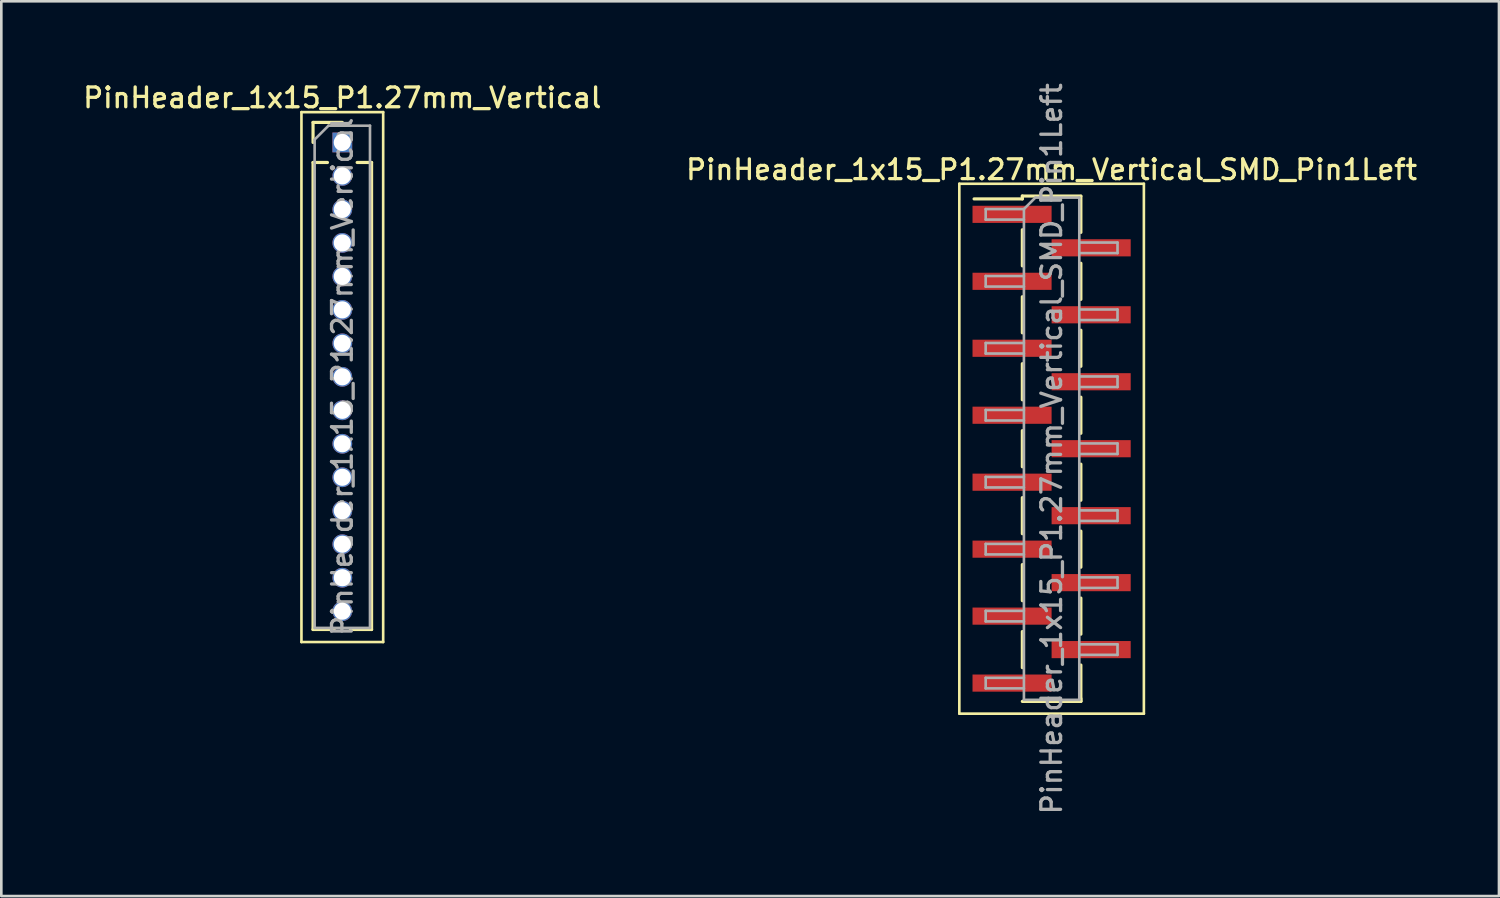
<source format=kicad_pcb>
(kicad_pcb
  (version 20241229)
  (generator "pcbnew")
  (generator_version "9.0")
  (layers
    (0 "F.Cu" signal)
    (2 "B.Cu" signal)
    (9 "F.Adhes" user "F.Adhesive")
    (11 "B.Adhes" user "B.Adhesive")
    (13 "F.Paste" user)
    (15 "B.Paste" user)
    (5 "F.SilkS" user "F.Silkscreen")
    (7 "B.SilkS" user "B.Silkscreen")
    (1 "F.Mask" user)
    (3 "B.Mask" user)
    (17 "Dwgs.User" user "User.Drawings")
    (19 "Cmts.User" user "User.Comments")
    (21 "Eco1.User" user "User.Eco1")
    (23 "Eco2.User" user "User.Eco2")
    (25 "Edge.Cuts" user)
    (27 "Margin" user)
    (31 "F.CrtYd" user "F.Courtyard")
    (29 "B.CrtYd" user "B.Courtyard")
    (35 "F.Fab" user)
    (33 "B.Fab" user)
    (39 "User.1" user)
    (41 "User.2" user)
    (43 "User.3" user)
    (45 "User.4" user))
  (footprint "PinHeader_1x15_P1.27mm_Vertical_SMD_Pin1Left"
    (layer "F.Cu")
    (at 36.838 13.97)
    (property "Reference" "PinHeader_1x15_P1.27mm_Vertical_SMD_Pin1Left" (at 0 -10.585 0) (layer "F.SilkS") (effects (font (size 0.75 0.75) (thickness 0.125))))
    (attr smd)
    (fp_line (start -3.5 -10.05) (end -3.5 10.05) (stroke (width 0.1) (type solid)) (layer "F.SilkS"))
    (fp_line (start -3.5 10.05) (end 3.5 10.05) (stroke (width 0.1) (type solid)) (layer "F.SilkS"))
    (fp_line (start -1.11 -9.585) (end -1.11 -9.475) (stroke (width 0.12) (type solid)) (layer "F.SilkS"))
    (fp_line (start -1.11 -9.585) (end 1.11 -9.585) (stroke (width 0.12) (type solid)) (layer "F.SilkS"))
    (fp_line (start -1.11 -9.475) (end -2.94 -9.475) (stroke (width 0.12) (type solid)) (layer "F.SilkS"))
    (fp_line (start -1.11 -8.305) (end -1.11 -6.935) (stroke (width 0.12) (type solid)) (layer "F.SilkS"))
    (fp_line (start -1.11 -5.765) (end -1.11 -4.395) (stroke (width 0.12) (type solid)) (layer "F.SilkS"))
    (fp_line (start -1.11 -3.225) (end -1.11 -1.855) (stroke (width 0.12) (type solid)) (layer "F.SilkS"))
    (fp_line (start -1.11 -0.685) (end -1.11 0.685) (stroke (width 0.12) (type solid)) (layer "F.SilkS"))
    (fp_line (start -1.11 1.855) (end -1.11 3.225) (stroke (width 0.12) (type solid)) (layer "F.SilkS"))
    (fp_line (start -1.11 4.395) (end -1.11 5.765) (stroke (width 0.12) (type solid)) (layer "F.SilkS"))
    (fp_line (start -1.11 6.935) (end -1.11 8.305) (stroke (width 0.12) (type solid)) (layer "F.SilkS"))
    (fp_line (start -1.11 9.585) (end 1.11 9.585) (stroke (width 0.12) (type solid)) (layer "F.SilkS"))
    (fp_line (start 1.11 -9.575) (end 1.11 -8.205) (stroke (width 0.12) (type solid)) (layer "F.SilkS"))
    (fp_line (start 1.11 -7.035) (end 1.11 -5.665) (stroke (width 0.12) (type solid)) (layer "F.SilkS"))
    (fp_line (start 1.11 -4.495) (end 1.11 -3.125) (stroke (width 0.12) (type solid)) (layer "F.SilkS"))
    (fp_line (start 1.11 -1.955) (end 1.11 -0.585) (stroke (width 0.12) (type solid)) (layer "F.SilkS"))
    (fp_line (start 1.11 0.585) (end 1.11 1.955) (stroke (width 0.12) (type solid)) (layer "F.SilkS"))
    (fp_line (start 1.11 3.125) (end 1.11 4.495) (stroke (width 0.12) (type solid)) (layer "F.SilkS"))
    (fp_line (start 1.11 5.665) (end 1.11 7.035) (stroke (width 0.12) (type solid)) (layer "F.SilkS"))
    (fp_line (start 1.11 8.205) (end 1.11 9.575) (stroke (width 0.12) (type solid)) (layer "F.SilkS"))
    (fp_line (start 1.11 9.475) (end 1.11 9.585) (stroke (width 0.12) (type solid)) (layer "F.SilkS"))
    (fp_line (start 3.5 -10.05) (end -3.5 -10.05) (stroke (width 0.1) (type solid)) (layer "F.SilkS"))
    (fp_line (start 3.5 10.05) (end 3.5 -10.05) (stroke (width 0.1) (type solid)) (layer "F.SilkS"))
    (fp_line (start -2.5 -9.09) (end -2.5 -8.69) (stroke (width 0.1) (type solid)) (layer "F.Fab"))
    (fp_line (start -2.5 -8.69) (end -1.05 -8.69) (stroke (width 0.1) (type solid)) (layer "F.Fab"))
    (fp_line (start -2.5 -6.55) (end -2.5 -6.15) (stroke (width 0.1) (type solid)) (layer "F.Fab"))
    (fp_line (start -2.5 -6.15) (end -1.05 -6.15) (stroke (width 0.1) (type solid)) (layer "F.Fab"))
    (fp_line (start -2.5 -4.01) (end -2.5 -3.61) (stroke (width 0.1) (type solid)) (layer "F.Fab"))
    (fp_line (start -2.5 -3.61) (end -1.05 -3.61) (stroke (width 0.1) (type solid)) (layer "F.Fab"))
    (fp_line (start -2.5 -1.47) (end -2.5 -1.07) (stroke (width 0.1) (type solid)) (layer "F.Fab"))
    (fp_line (start -2.5 -1.07) (end -1.05 -1.07) (stroke (width 0.1) (type solid)) (layer "F.Fab"))
    (fp_line (start -2.5 1.07) (end -2.5 1.47) (stroke (width 0.1) (type solid)) (layer "F.Fab"))
    (fp_line (start -2.5 1.47) (end -1.05 1.47) (stroke (width 0.1) (type solid)) (layer "F.Fab"))
    (fp_line (start -2.5 3.61) (end -2.5 4.01) (stroke (width 0.1) (type solid)) (layer "F.Fab"))
    (fp_line (start -2.5 4.01) (end -1.05 4.01) (stroke (width 0.1) (type solid)) (layer "F.Fab"))
    (fp_line (start -2.5 6.15) (end -2.5 6.55) (stroke (width 0.1) (type solid)) (layer "F.Fab"))
    (fp_line (start -2.5 6.55) (end -1.05 6.55) (stroke (width 0.1) (type solid)) (layer "F.Fab"))
    (fp_line (start -2.5 8.69) (end -2.5 9.09) (stroke (width 0.1) (type solid)) (layer "F.Fab"))
    (fp_line (start -2.5 9.09) (end -1.05 9.09) (stroke (width 0.1) (type solid)) (layer "F.Fab"))
    (fp_line (start -1.05 -9.09) (end -2.5 -9.09) (stroke (width 0.1) (type solid)) (layer "F.Fab"))
    (fp_line (start -1.05 -9.09) (end -0.615 -9.525) (stroke (width 0.1) (type solid)) (layer "F.Fab"))
    (fp_line (start -1.05 -6.55) (end -2.5 -6.55) (stroke (width 0.1) (type solid)) (layer "F.Fab"))
    (fp_line (start -1.05 -4.01) (end -2.5 -4.01) (stroke (width 0.1) (type solid)) (layer "F.Fab"))
    (fp_line (start -1.05 -1.47) (end -2.5 -1.47) (stroke (width 0.1) (type solid)) (layer "F.Fab"))
    (fp_line (start -1.05 1.07) (end -2.5 1.07) (stroke (width 0.1) (type solid)) (layer "F.Fab"))
    (fp_line (start -1.05 3.61) (end -2.5 3.61) (stroke (width 0.1) (type solid)) (layer "F.Fab"))
    (fp_line (start -1.05 6.15) (end -2.5 6.15) (stroke (width 0.1) (type solid)) (layer "F.Fab"))
    (fp_line (start -1.05 8.69) (end -2.5 8.69) (stroke (width 0.1) (type solid)) (layer "F.Fab"))
    (fp_line (start -1.05 9.525) (end -1.05 -9.09) (stroke (width 0.1) (type solid)) (layer "F.Fab"))
    (fp_line (start -0.615 -9.525) (end 1.05 -9.525) (stroke (width 0.1) (type solid)) (layer "F.Fab"))
    (fp_line (start 1.05 -9.525) (end 1.05 9.525) (stroke (width 0.1) (type solid)) (layer "F.Fab"))
    (fp_line (start 1.05 -7.82) (end 2.5 -7.82) (stroke (width 0.1) (type solid)) (layer "F.Fab"))
    (fp_line (start 1.05 -5.28) (end 2.5 -5.28) (stroke (width 0.1) (type solid)) (layer "F.Fab"))
    (fp_line (start 1.05 -2.74) (end 2.5 -2.74) (stroke (width 0.1) (type solid)) (layer "F.Fab"))
    (fp_line (start 1.05 -0.2) (end 2.5 -0.2) (stroke (width 0.1) (type solid)) (layer "F.Fab"))
    (fp_line (start 1.05 2.34) (end 2.5 2.34) (stroke (width 0.1) (type solid)) (layer "F.Fab"))
    (fp_line (start 1.05 4.88) (end 2.5 4.88) (stroke (width 0.1) (type solid)) (layer "F.Fab"))
    (fp_line (start 1.05 7.42) (end 2.5 7.42) (stroke (width 0.1) (type solid)) (layer "F.Fab"))
    (fp_line (start 1.05 9.525) (end -1.05 9.525) (stroke (width 0.1) (type solid)) (layer "F.Fab"))
    (fp_line (start 2.5 -7.82) (end 2.5 -7.42) (stroke (width 0.1) (type solid)) (layer "F.Fab"))
    (fp_line (start 2.5 -7.42) (end 1.05 -7.42) (stroke (width 0.1) (type solid)) (layer "F.Fab"))
    (fp_line (start 2.5 -5.28) (end 2.5 -4.88) (stroke (width 0.1) (type solid)) (layer "F.Fab"))
    (fp_line (start 2.5 -4.88) (end 1.05 -4.88) (stroke (width 0.1) (type solid)) (layer "F.Fab"))
    (fp_line (start 2.5 -2.74) (end 2.5 -2.34) (stroke (width 0.1) (type solid)) (layer "F.Fab"))
    (fp_line (start 2.5 -2.34) (end 1.05 -2.34) (stroke (width 0.1) (type solid)) (layer "F.Fab"))
    (fp_line (start 2.5 -0.2) (end 2.5 0.2) (stroke (width 0.1) (type solid)) (layer "F.Fab"))
    (fp_line (start 2.5 0.2) (end 1.05 0.2) (stroke (width 0.1) (type solid)) (layer "F.Fab"))
    (fp_line (start 2.5 2.34) (end 2.5 2.74) (stroke (width 0.1) (type solid)) (layer "F.Fab"))
    (fp_line (start 2.5 2.74) (end 1.05 2.74) (stroke (width 0.1) (type solid)) (layer "F.Fab"))
    (fp_line (start 2.5 4.88) (end 2.5 5.28) (stroke (width 0.1) (type solid)) (layer "F.Fab"))
    (fp_line (start 2.5 5.28) (end 1.05 5.28) (stroke (width 0.1) (type solid)) (layer "F.Fab"))
    (fp_line (start 2.5 7.42) (end 2.5 7.82) (stroke (width 0.1) (type solid)) (layer "F.Fab"))
    (fp_line (start 2.5 7.82) (end 1.05 7.82) (stroke (width 0.1) (type solid)) (layer "F.Fab"))
    (fp_text user "${REFERENCE}" (at 0 0 90) (layer "F.Fab") (effects (font (size 0.75 0.75) (thickness 0.125))))
    (pad "1" smd rect (at -1.5 -8.89) (size 3 0.65) (layers "F.Cu" "F.Mask" "F.Paste"))
    (pad "2" smd rect (at 1.5 -7.62) (size 3 0.65) (layers "F.Cu" "F.Mask" "F.Paste"))
    (pad "3" smd rect (at -1.5 -6.35) (size 3 0.65) (layers "F.Cu" "F.Mask" "F.Paste"))
    (pad "4" smd rect (at 1.5 -5.08) (size 3 0.65) (layers "F.Cu" "F.Mask" "F.Paste"))
    (pad "5" smd rect (at -1.5 -3.81) (size 3 0.65) (layers "F.Cu" "F.Mask" "F.Paste"))
    (pad "6" smd rect (at 1.5 -2.54) (size 3 0.65) (layers "F.Cu" "F.Mask" "F.Paste"))
    (pad "7" smd rect (at -1.5 -1.27) (size 3 0.65) (layers "F.Cu" "F.Mask" "F.Paste"))
    (pad "8" smd rect (at 1.5 0) (size 3 0.65) (layers "F.Cu" "F.Mask" "F.Paste"))
    (pad "9" smd rect (at -1.5 1.27) (size 3 0.65) (layers "F.Cu" "F.Mask" "F.Paste"))
    (pad "10" smd rect (at 1.5 2.54) (size 3 0.65) (layers "F.Cu" "F.Mask" "F.Paste"))
    (pad "11" smd rect (at -1.5 3.81) (size 3 0.65) (layers "F.Cu" "F.Mask" "F.Paste"))
    (pad "12" smd rect (at 1.5 5.08) (size 3 0.65) (layers "F.Cu" "F.Mask" "F.Paste"))
    (pad "13" smd rect (at -1.5 6.35) (size 3 0.65) (layers "F.Cu" "F.Mask" "F.Paste"))
    (pad "14" smd rect (at 1.5 7.62) (size 3 0.65) (layers "F.Cu" "F.Mask" "F.Paste"))
    (pad "15" smd rect (at -1.5 8.89) (size 3 0.65) (layers "F.Cu" "F.Mask" "F.Paste")))
  (footprint "PinHeader_1x15_P1.27mm_Vertical"
    (layer "F.Cu")
    (at 9.934 2.353)
    (property "Reference" "PinHeader_1x15_P1.27mm_Vertical" (at 0 -1.695 0) (layer "F.SilkS") (effects (font (size 0.75 0.75) (thickness 0.125))))
    (attr through_hole)
    (fp_line (start -1.55 -1.15) (end -1.55 18.95) (stroke (width 0.1) (type solid)) (layer "F.SilkS"))
    (fp_line (start -1.55 18.95) (end 1.55 18.95) (stroke (width 0.1) (type solid)) (layer "F.SilkS"))
    (fp_line (start -1.11 -0.76) (end 0 -0.76) (stroke (width 0.12) (type solid)) (layer "F.SilkS"))
    (fp_line (start -1.11 0) (end -1.11 -0.76) (stroke (width 0.12) (type solid)) (layer "F.SilkS"))
    (fp_line (start -1.11 0.76) (end -1.11 18.475) (stroke (width 0.12) (type solid)) (layer "F.SilkS"))
    (fp_line (start -1.11 0.76) (end -0.563 0.76) (stroke (width 0.12) (type solid)) (layer "F.SilkS"))
    (fp_line (start -1.11 18.475) (end -0.308 18.475) (stroke (width 0.12) (type solid)) (layer "F.SilkS"))
    (fp_line (start 0.308 18.475) (end 1.11 18.475) (stroke (width 0.12) (type solid)) (layer "F.SilkS"))
    (fp_line (start 0.563 0.76) (end 1.11 0.76) (stroke (width 0.12) (type solid)) (layer "F.SilkS"))
    (fp_line (start 1.11 0.76) (end 1.11 18.475) (stroke (width 0.12) (type solid)) (layer "F.SilkS"))
    (fp_line (start 1.55 -1.15) (end -1.55 -1.15) (stroke (width 0.1) (type solid)) (layer "F.SilkS"))
    (fp_line (start 1.55 18.95) (end 1.55 -1.15) (stroke (width 0.1) (type solid)) (layer "F.SilkS"))
    (fp_line (start -1.05 -0.11) (end -0.525 -0.635) (stroke (width 0.1) (type solid)) (layer "F.Fab"))
    (fp_line (start -1.05 18.415) (end -1.05 -0.11) (stroke (width 0.1) (type solid)) (layer "F.Fab"))
    (fp_line (start -0.525 -0.635) (end 1.05 -0.635) (stroke (width 0.1) (type solid)) (layer "F.Fab"))
    (fp_line (start 1.05 -0.635) (end 1.05 18.415) (stroke (width 0.1) (type solid)) (layer "F.Fab"))
    (fp_line (start 1.05 18.415) (end -1.05 18.415) (stroke (width 0.1) (type solid)) (layer "F.Fab"))
    (fp_text user "${REFERENCE}" (at 0 8.89 90) (layer "F.Fab") (effects (font (size 0.75 0.75) (thickness 0.125))))
    (pad "1" thru_hole rect (at 0 0) (size 0.75 0.75) (drill 0.65) (layers "*.Cu" "*.Mask"))
    (pad "2" thru_hole oval (at 0 1.27) (size 0.75 0.75) (drill 0.65) (layers "*.Cu" "*.Mask"))
    (pad "3" thru_hole oval (at 0 2.54) (size 0.75 0.75) (drill 0.65) (layers "*.Cu" "*.Mask"))
    (pad "4" thru_hole oval (at 0 3.81) (size 0.75 0.75) (drill 0.65) (layers "*.Cu" "*.Mask"))
    (pad "5" thru_hole oval (at 0 5.08) (size 0.75 0.75) (drill 0.65) (layers "*.Cu" "*.Mask"))
    (pad "6" thru_hole oval (at 0 6.35) (size 0.75 0.75) (drill 0.65) (layers "*.Cu" "*.Mask"))
    (pad "7" thru_hole oval (at 0 7.62) (size 0.75 0.75) (drill 0.65) (layers "*.Cu" "*.Mask"))
    (pad "8" thru_hole oval (at 0 8.89) (size 0.75 0.75) (drill 0.65) (layers "*.Cu" "*.Mask"))
    (pad "9" thru_hole oval (at 0 10.16) (size 0.75 0.75) (drill 0.65) (layers "*.Cu" "*.Mask"))
    (pad "10" thru_hole oval (at 0 11.43) (size 0.75 0.75) (drill 0.65) (layers "*.Cu" "*.Mask"))
    (pad "11" thru_hole oval (at 0 12.7) (size 0.75 0.75) (drill 0.65) (layers "*.Cu" "*.Mask"))
    (pad "12" thru_hole oval (at 0 13.97) (size 0.75 0.75) (drill 0.65) (layers "*.Cu" "*.Mask"))
    (pad "13" thru_hole oval (at 0 15.24) (size 0.75 0.75) (drill 0.65) (layers "*.Cu" "*.Mask"))
    (pad "14" thru_hole oval (at 0 16.51) (size 0.75 0.75) (drill 0.65) (layers "*.Cu" "*.Mask"))
    (pad "15" thru_hole oval (at 0 17.78) (size 0.75 0.75) (drill 0.65) (layers "*.Cu" "*.Mask")))
  (gr_rect
    (start -3 -3)
    (end 53.807 30.939)
    (stroke (width 0.1) (type default))
    (fill no)
    (layer "Edge.Cuts")))
</source>
